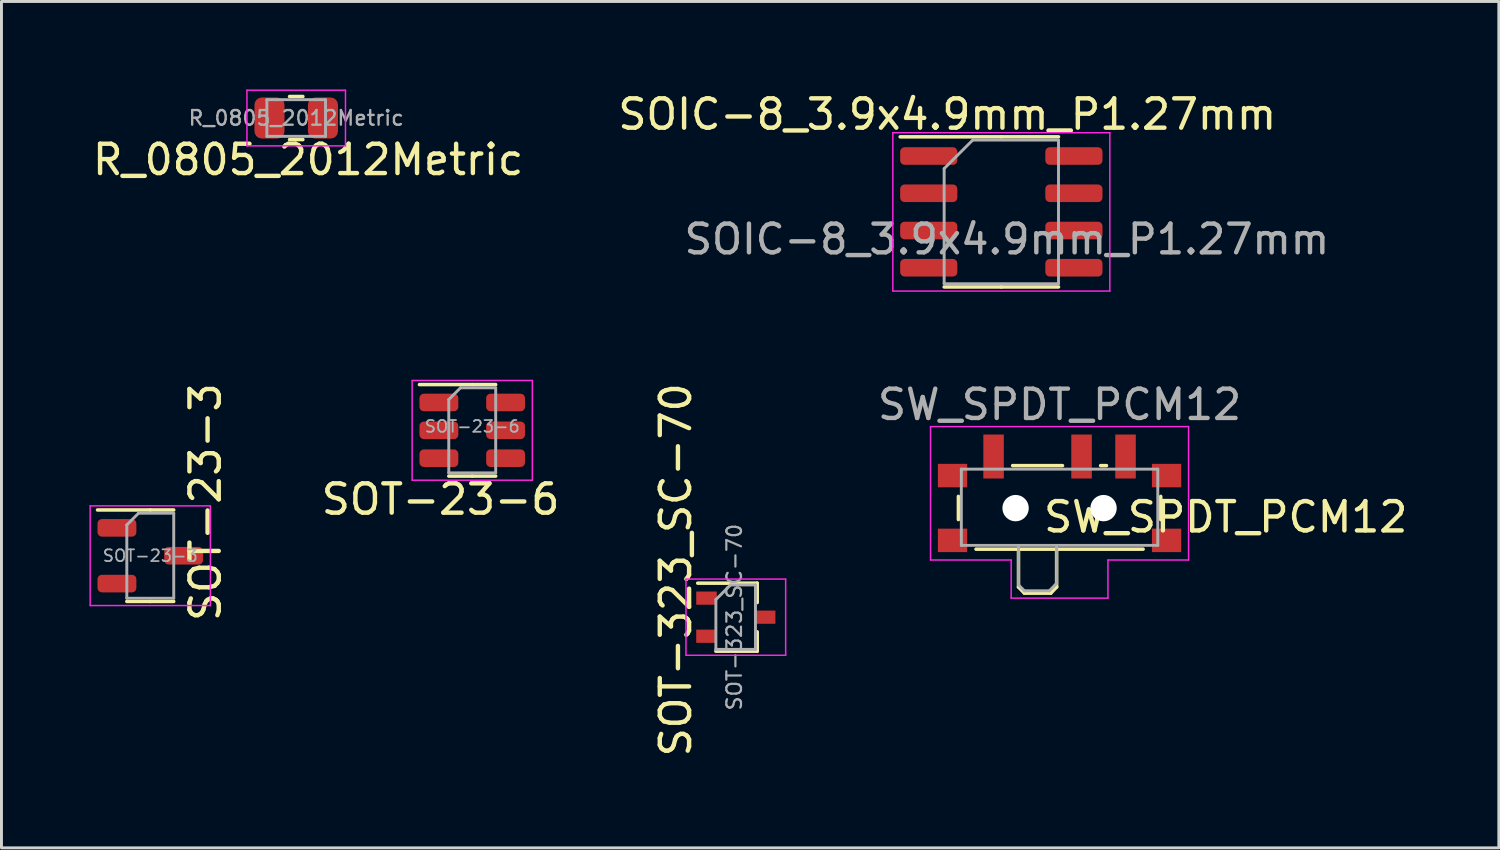
<source format=kicad_pcb>
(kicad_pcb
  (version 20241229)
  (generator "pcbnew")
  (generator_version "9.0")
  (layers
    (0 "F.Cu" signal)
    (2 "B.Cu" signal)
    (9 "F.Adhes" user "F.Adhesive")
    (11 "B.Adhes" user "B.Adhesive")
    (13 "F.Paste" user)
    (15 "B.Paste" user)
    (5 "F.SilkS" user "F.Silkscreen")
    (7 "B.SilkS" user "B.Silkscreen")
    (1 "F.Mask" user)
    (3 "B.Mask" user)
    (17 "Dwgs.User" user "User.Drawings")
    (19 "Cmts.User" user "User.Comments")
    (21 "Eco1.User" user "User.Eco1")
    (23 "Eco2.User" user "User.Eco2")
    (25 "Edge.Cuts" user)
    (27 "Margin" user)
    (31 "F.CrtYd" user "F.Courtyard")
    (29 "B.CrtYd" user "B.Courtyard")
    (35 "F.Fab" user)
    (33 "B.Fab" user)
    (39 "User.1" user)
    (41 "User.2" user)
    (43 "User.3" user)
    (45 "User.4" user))
  (footprint "SOT-23-6"
    (layer "F.Cu")
    (at 13.055 11.626)
    (property "Reference" "SOT-23-6" (at -1.08 2.352 0) (layer "F.SilkS") (effects (font (size 1 1) (thickness 0.15))))
    (attr smd)
    (fp_line (start 0 -1.56) (end -1.8 -1.56) (stroke (width 0.12) (type solid)) (layer "F.SilkS"))
    (fp_line (start 0 -1.56) (end 0.8 -1.56) (stroke (width 0.12) (type solid)) (layer "F.SilkS"))
    (fp_line (start 0 1.56) (end -0.8 1.56) (stroke (width 0.12) (type solid)) (layer "F.SilkS"))
    (fp_line (start 0 1.56) (end 0.8 1.56) (stroke (width 0.12) (type solid)) (layer "F.SilkS"))
    (fp_line (start -2.05 -1.7) (end -2.05 1.7) (stroke (width 0.05) (type solid)) (layer "F.CrtYd"))
    (fp_line (start -2.05 1.7) (end 2.05 1.7) (stroke (width 0.05) (type solid)) (layer "F.CrtYd"))
    (fp_line (start 2.05 -1.7) (end -2.05 -1.7) (stroke (width 0.05) (type solid)) (layer "F.CrtYd"))
    (fp_line (start 2.05 1.7) (end 2.05 -1.7) (stroke (width 0.05) (type solid)) (layer "F.CrtYd"))
    (fp_line (start -0.8 -1.05) (end -0.4 -1.45) (stroke (width 0.1) (type solid)) (layer "F.Fab"))
    (fp_line (start -0.8 1.45) (end -0.8 -1.05) (stroke (width 0.1) (type solid)) (layer "F.Fab"))
    (fp_line (start -0.4 -1.45) (end 0.8 -1.45) (stroke (width 0.1) (type solid)) (layer "F.Fab"))
    (fp_line (start 0.8 -1.45) (end 0.8 1.45) (stroke (width 0.1) (type solid)) (layer "F.Fab"))
    (fp_line (start 0.8 1.45) (end -0.8 1.45) (stroke (width 0.1) (type solid)) (layer "F.Fab"))
    (fp_text user "${REFERENCE}" (at 0 -0.133 0) (layer "F.Fab") (effects (font (size 0.4 0.4) (thickness 0.06))))
    (pad "1" smd roundrect (at -1.137 -0.95) (size 1.325 0.6) (layers "F.Cu" "F.Mask" "F.Paste") (roundrect_rratio 0.25))
    (pad "2" smd roundrect (at -1.137 0) (size 1.325 0.6) (layers "F.Cu" "F.Mask" "F.Paste") (roundrect_rratio 0.25))
    (pad "3" smd roundrect (at -1.137 0.95) (size 1.325 0.6) (layers "F.Cu" "F.Mask" "F.Paste") (roundrect_rratio 0.25))
    (pad "4" smd roundrect (at 1.137 0.95) (size 1.325 0.6) (layers "F.Cu" "F.Mask" "F.Paste") (roundrect_rratio 0.25))
    (pad "5" smd roundrect (at 1.137 0) (size 1.325 0.6) (layers "F.Cu" "F.Mask" "F.Paste") (roundrect_rratio 0.25))
    (pad "6" smd roundrect (at 1.137 -0.95) (size 1.325 0.6) (layers "F.Cu" "F.Mask" "F.Paste") (roundrect_rratio 0.25)))
  (footprint "SOIC-8_3.9x4.9mm_P1.27mm"
    (layer "F.Cu")
    (at 31.099 4.176)
    (property "Reference" "SOIC-8_3.9x4.9mm_P1.27mm" (at -1.843 -3.327 0) (layer "F.SilkS") (effects (font (size 1 1) (thickness 0.15))))
    (attr smd)
    (fp_line (start 0 -2.56) (end -3.45 -2.56) (stroke (width 0.12) (type solid)) (layer "F.SilkS"))
    (fp_line (start 0 -2.56) (end 1.95 -2.56) (stroke (width 0.12) (type solid)) (layer "F.SilkS"))
    (fp_line (start 0 2.56) (end -1.95 2.56) (stroke (width 0.12) (type solid)) (layer "F.SilkS"))
    (fp_line (start 0 2.56) (end 1.95 2.56) (stroke (width 0.12) (type solid)) (layer "F.SilkS"))
    (fp_line (start -3.7 -2.7) (end -3.7 2.7) (stroke (width 0.05) (type solid)) (layer "F.CrtYd"))
    (fp_line (start -3.7 2.7) (end 3.7 2.7) (stroke (width 0.05) (type solid)) (layer "F.CrtYd"))
    (fp_line (start 3.7 -2.7) (end -3.7 -2.7) (stroke (width 0.05) (type solid)) (layer "F.CrtYd"))
    (fp_line (start 3.7 2.7) (end 3.7 -2.7) (stroke (width 0.05) (type solid)) (layer "F.CrtYd"))
    (fp_line (start -1.95 -1.475) (end -0.975 -2.45) (stroke (width 0.1) (type solid)) (layer "F.Fab"))
    (fp_line (start -1.95 2.45) (end -1.95 -1.475) (stroke (width 0.1) (type solid)) (layer "F.Fab"))
    (fp_line (start -0.975 -2.45) (end 1.95 -2.45) (stroke (width 0.1) (type solid)) (layer "F.Fab"))
    (fp_line (start 1.95 -2.45) (end 1.95 2.45) (stroke (width 0.1) (type solid)) (layer "F.Fab"))
    (fp_line (start 1.95 2.45) (end -1.95 2.45) (stroke (width 0.1) (type solid)) (layer "F.Fab"))
    (fp_text user "${REFERENCE}" (at 0.19 0.933 0) (layer "F.Fab") (effects (font (size 0.98 0.98) (thickness 0.15))))
    (pad "1" smd roundrect (at -2.475 -1.905 180) (size 1.95 0.6) (layers "F.Cu" "F.Mask" "F.Paste") (roundrect_rratio 0.25))
    (pad "2" smd roundrect (at -2.475 -0.635 180) (size 1.95 0.6) (layers "F.Cu" "F.Mask" "F.Paste") (roundrect_rratio 0.25))
    (pad "3" smd roundrect (at -2.475 0.635 180) (size 1.95 0.6) (layers "F.Cu" "F.Mask" "F.Paste") (roundrect_rratio 0.25))
    (pad "4" smd roundrect (at -2.475 1.905 180) (size 1.95 0.6) (layers "F.Cu" "F.Mask" "F.Paste") (roundrect_rratio 0.25))
    (pad "5" smd roundrect (at 2.475 1.905 180) (size 1.95 0.6) (layers "F.Cu" "F.Mask" "F.Paste") (roundrect_rratio 0.25))
    (pad "6" smd roundrect (at 2.475 0.635 180) (size 1.95 0.6) (layers "F.Cu" "F.Mask" "F.Paste") (roundrect_rratio 0.25))
    (pad "7" smd roundrect (at 2.475 -0.635 180) (size 1.95 0.6) (layers "F.Cu" "F.Mask" "F.Paste") (roundrect_rratio 0.25))
    (pad "8" smd roundrect (at 2.475 -1.905 180) (size 1.95 0.6) (layers "F.Cu" "F.Mask" "F.Paste") (roundrect_rratio 0.25)))
  (footprint "R_0805_2012Metric"
    (layer "F.Cu")
    (at 7.052 0.975)
    (property "Reference" "R_0805_2012Metric" (at 0.406 1.422 0) (layer "F.SilkS") (effects (font (size 1 1) (thickness 0.15))))
    (attr smd)
    (fp_line (start -0.227 -0.735) (end 0.227 -0.735) (stroke (width 0.12) (type solid)) (layer "F.SilkS"))
    (fp_line (start -0.227 0.735) (end 0.227 0.735) (stroke (width 0.12) (type solid)) (layer "F.SilkS"))
    (fp_line (start -1.68 -0.95) (end 1.68 -0.95) (stroke (width 0.05) (type solid)) (layer "F.CrtYd"))
    (fp_line (start -1.68 0.95) (end -1.68 -0.95) (stroke (width 0.05) (type solid)) (layer "F.CrtYd"))
    (fp_line (start 1.68 -0.95) (end 1.68 0.95) (stroke (width 0.05) (type solid)) (layer "F.CrtYd"))
    (fp_line (start 1.68 0.95) (end -1.68 0.95) (stroke (width 0.05) (type solid)) (layer "F.CrtYd"))
    (fp_line (start -1 -0.625) (end 1 -0.625) (stroke (width 0.1) (type solid)) (layer "F.Fab"))
    (fp_line (start -1 0.625) (end -1 -0.625) (stroke (width 0.1) (type solid)) (layer "F.Fab"))
    (fp_line (start 1 -0.625) (end 1 0.625) (stroke (width 0.1) (type solid)) (layer "F.Fab"))
    (fp_line (start 1 0.625) (end -1 0.625) (stroke (width 0.1) (type solid)) (layer "F.Fab"))
    (fp_text user "${REFERENCE}" (at 0 0 0) (layer "F.Fab") (effects (font (size 0.5 0.5) (thickness 0.08))))
    (pad "1" smd roundrect (at -0.912 0 180) (size 1.025 1.4) (layers "F.Cu" "F.Mask" "F.Paste") (roundrect_rratio 0.244))
    (pad "2" smd roundrect (at 0.912 0 180) (size 1.025 1.4) (layers "F.Cu" "F.Mask" "F.Paste") (roundrect_rratio 0.244)))
  (footprint "SW_SPDT_PCM12"
    (layer "F.Cu")
    (at 33.085 13.949)
    (property "Reference" "SW_SPDT_PCM12" (at 5.666 0.635 0) (layer "F.SilkS") (effects (font (size 1 1) (thickness 0.15))))
    (attr smd)
    (fp_line (start -3.45 -0.07) (end -3.45 0.72) (stroke (width 0.12) (type solid)) (layer "F.SilkS"))
    (fp_line (start -2.85 1.73) (end 2.85 1.73) (stroke (width 0.12) (type solid)) (layer "F.SilkS"))
    (fp_line (start -1.6 -1.12) (end 0.1 -1.12) (stroke (width 0.12) (type solid)) (layer "F.SilkS"))
    (fp_line (start -1.4 1.73) (end -1.4 3.02) (stroke (width 0.12) (type solid)) (layer "F.SilkS"))
    (fp_line (start -1.4 3.02) (end -1.2 3.23) (stroke (width 0.12) (type solid)) (layer "F.SilkS"))
    (fp_line (start -1.2 3.23) (end -0.3 3.23) (stroke (width 0.12) (type solid)) (layer "F.SilkS"))
    (fp_line (start -0.1 3.02) (end -0.3 3.23) (stroke (width 0.12) (type solid)) (layer "F.SilkS"))
    (fp_line (start -0.1 3.02) (end -0.1 1.73) (stroke (width 0.12) (type solid)) (layer "F.SilkS"))
    (fp_line (start 1.4 -1.12) (end 1.6 -1.12) (stroke (width 0.12) (type solid)) (layer "F.SilkS"))
    (fp_line (start 3.45 0.72) (end 3.45 -0.07) (stroke (width 0.12) (type solid)) (layer "F.SilkS"))
    (fp_line (start -4.4 -2.45) (end 4.4 -2.45) (stroke (width 0.05) (type solid)) (layer "F.CrtYd"))
    (fp_line (start -4.4 2.1) (end -4.4 -2.45) (stroke (width 0.05) (type solid)) (layer "F.CrtYd"))
    (fp_line (start -1.65 2.1) (end -4.4 2.1) (stroke (width 0.05) (type solid)) (layer "F.CrtYd"))
    (fp_line (start -1.65 3.4) (end -1.65 2.1) (stroke (width 0.05) (type solid)) (layer "F.CrtYd"))
    (fp_line (start 1.65 2.1) (end 1.65 3.4) (stroke (width 0.05) (type solid)) (layer "F.CrtYd"))
    (fp_line (start 1.65 3.4) (end -1.65 3.4) (stroke (width 0.05) (type solid)) (layer "F.CrtYd"))
    (fp_line (start 4.4 -2.45) (end 4.4 2.1) (stroke (width 0.05) (type solid)) (layer "F.CrtYd"))
    (fp_line (start 4.4 2.1) (end 1.65 2.1) (stroke (width 0.05) (type solid)) (layer "F.CrtYd"))
    (fp_line (start -3.35 -1) (end -3.35 1.6) (stroke (width 0.1) (type solid)) (layer "F.Fab"))
    (fp_line (start -3.35 1.6) (end 3.35 1.6) (stroke (width 0.1) (type solid)) (layer "F.Fab"))
    (fp_line (start -1.4 1.65) (end -1.4 2.95) (stroke (width 0.1) (type solid)) (layer "F.Fab"))
    (fp_line (start -1.4 2.95) (end -1.2 3.15) (stroke (width 0.1) (type solid)) (layer "F.Fab"))
    (fp_line (start -1.2 3.15) (end -0.35 3.15) (stroke (width 0.1) (type solid)) (layer "F.Fab"))
    (fp_line (start -0.35 3.15) (end -0.15 2.95) (stroke (width 0.1) (type solid)) (layer "F.Fab"))
    (fp_line (start -0.15 2.95) (end -0.1 2.9) (stroke (width 0.1) (type solid)) (layer "F.Fab"))
    (fp_line (start -0.1 2.9) (end -0.1 1.6) (stroke (width 0.1) (type solid)) (layer "F.Fab"))
    (fp_line (start 3.35 -1) (end -3.35 -1) (stroke (width 0.1) (type solid)) (layer "F.Fab"))
    (fp_line (start 3.35 1.6) (end 3.35 -1) (stroke (width 0.1) (type solid)) (layer "F.Fab"))
    (fp_text user "${REFERENCE}" (at 0 -3.2 0) (layer "F.Fab") (effects (font (size 1 1) (thickness 0.15))))
    (pad "" smd rect (at -3.65 -0.78 180) (size 1 0.8) (layers "F.Cu" "F.Mask" "F.Paste"))
    (pad "" smd rect (at -3.65 1.43 180) (size 1 0.8) (layers "F.Cu" "F.Mask" "F.Paste"))
    (pad "" np_thru_hole circle (at -1.5 0.33 180) (size 0.9 0.9) (drill 0.9) (layers "*.Cu" "*.Mask"))
    (pad "" np_thru_hole circle (at 1.5 0.33 180) (size 0.9 0.9) (drill 0.9) (layers "*.Cu" "*.Mask"))
    (pad "" smd rect (at 3.65 -0.78 180) (size 1 0.8) (layers "F.Cu" "F.Mask" "F.Paste"))
    (pad "" smd rect (at 3.65 1.43 180) (size 1 0.8) (layers "F.Cu" "F.Mask" "F.Paste"))
    (pad "1" smd rect (at -2.25 -1.43 180) (size 0.7 1.5) (layers "F.Cu" "F.Mask" "F.Paste"))
    (pad "2" smd rect (at 0.75 -1.43 180) (size 0.7 1.5) (layers "F.Cu" "F.Mask" "F.Paste"))
    (pad "3" smd rect (at 2.25 -1.43 180) (size 0.7 1.5) (layers "F.Cu" "F.Mask" "F.Paste")))
  (footprint "SOT-323_SC-70"
    (layer "F.Cu")
    (at 22.044 17.998)
    (property "Reference" "SOT-323_SC-70" (at -2.048 -1.615 270) (layer "F.SilkS") (effects (font (size 1 1) (thickness 0.15))))
    (attr smd)
    (fp_line (start -0.68 1.16) (end 0.73 1.16) (stroke (width 0.12) (type solid)) (layer "F.SilkS"))
    (fp_line (start 0.73 -1.16) (end -1.3 -1.16) (stroke (width 0.12) (type solid)) (layer "F.SilkS"))
    (fp_line (start 0.73 -1.16) (end 0.73 -0.5) (stroke (width 0.12) (type solid)) (layer "F.SilkS"))
    (fp_line (start 0.73 0.5) (end 0.73 1.16) (stroke (width 0.12) (type solid)) (layer "F.SilkS"))
    (fp_line (start -1.7 -1.3) (end 1.7 -1.3) (stroke (width 0.05) (type solid)) (layer "F.CrtYd"))
    (fp_line (start -1.7 1.3) (end -1.7 -1.3) (stroke (width 0.05) (type solid)) (layer "F.CrtYd"))
    (fp_line (start 1.7 -1.3) (end 1.7 1.3) (stroke (width 0.05) (type solid)) (layer "F.CrtYd"))
    (fp_line (start 1.7 1.3) (end -1.7 1.3) (stroke (width 0.05) (type solid)) (layer "F.CrtYd"))
    (fp_line (start -0.68 -0.6) (end -0.68 1.1) (stroke (width 0.1) (type solid)) (layer "F.Fab"))
    (fp_line (start -0.18 -1.1) (end -0.68 -0.6) (stroke (width 0.1) (type solid)) (layer "F.Fab"))
    (fp_line (start 0.67 -1.1) (end -0.18 -1.1) (stroke (width 0.1) (type solid)) (layer "F.Fab"))
    (fp_line (start 0.67 -1.1) (end 0.67 1.1) (stroke (width 0.1) (type solid)) (layer "F.Fab"))
    (fp_line (start 0.67 1.1) (end -0.68 1.1) (stroke (width 0.1) (type solid)) (layer "F.Fab"))
    (fp_text user "${REFERENCE}" (at -0.051 0 90) (layer "F.Fab") (effects (font (size 0.5 0.5) (thickness 0.075))))
    (pad "1" smd rect (at -1 -0.65 270) (size 0.45 0.7) (layers "F.Cu" "F.Mask" "F.Paste"))
    (pad "2" smd rect (at -1 0.65 270) (size 0.45 0.7) (layers "F.Cu" "F.Mask" "F.Paste"))
    (pad "3" smd rect (at 1 0 270) (size 0.45 0.7) (layers "F.Cu" "F.Mask" "F.Paste")))
  (footprint "SOT-23-3"
    (layer "F.Cu")
    (at 2.075 15.902)
    (property "Reference" "SOT-23-3" (at 1.88 -1.829 90) (layer "F.SilkS") (effects (font (size 1 1) (thickness 0.15))))
    (attr smd)
    (fp_line (start 0 -1.56) (end -1.8 -1.56) (stroke (width 0.12) (type solid)) (layer "F.SilkS"))
    (fp_line (start 0 -1.56) (end 0.8 -1.56) (stroke (width 0.12) (type solid)) (layer "F.SilkS"))
    (fp_line (start 0 1.56) (end -0.8 1.56) (stroke (width 0.12) (type solid)) (layer "F.SilkS"))
    (fp_line (start 0 1.56) (end 0.8 1.56) (stroke (width 0.12) (type solid)) (layer "F.SilkS"))
    (fp_line (start -2.05 -1.7) (end -2.05 1.7) (stroke (width 0.05) (type solid)) (layer "F.CrtYd"))
    (fp_line (start -2.05 1.7) (end 2.05 1.7) (stroke (width 0.05) (type solid)) (layer "F.CrtYd"))
    (fp_line (start 2.05 -1.7) (end -2.05 -1.7) (stroke (width 0.05) (type solid)) (layer "F.CrtYd"))
    (fp_line (start 2.05 1.7) (end 2.05 -1.7) (stroke (width 0.05) (type solid)) (layer "F.CrtYd"))
    (fp_line (start -0.8 -1.05) (end -0.4 -1.45) (stroke (width 0.1) (type solid)) (layer "F.Fab"))
    (fp_line (start -0.8 1.45) (end -0.8 -1.05) (stroke (width 0.1) (type solid)) (layer "F.Fab"))
    (fp_line (start -0.4 -1.45) (end 0.8 -1.45) (stroke (width 0.1) (type solid)) (layer "F.Fab"))
    (fp_line (start 0.8 -1.45) (end 0.8 1.45) (stroke (width 0.1) (type solid)) (layer "F.Fab"))
    (fp_line (start 0.8 1.45) (end -0.8 1.45) (stroke (width 0.1) (type solid)) (layer "F.Fab"))
    (fp_text user "${REFERENCE}" (at 0 0 0) (layer "F.Fab") (effects (font (size 0.4 0.4) (thickness 0.06))))
    (pad "1" smd roundrect (at -1.137 -0.95 180) (size 1.325 0.6) (layers "F.Cu" "F.Mask" "F.Paste") (roundrect_rratio 0.25))
    (pad "2" smd roundrect (at -1.137 0.95 180) (size 1.325 0.6) (layers "F.Cu" "F.Mask" "F.Paste") (roundrect_rratio 0.25))
    (pad "3" smd roundrect (at 1.137 0 180) (size 1.325 0.6) (layers "F.Cu" "F.Mask" "F.Paste") (roundrect_rratio 0.25)))
  (gr_rect
    (start -3 -3)
    (end 48.066 25.865)
    (stroke (width 0.1) (type default))
    (fill no)
    (layer "Edge.Cuts")))
</source>
